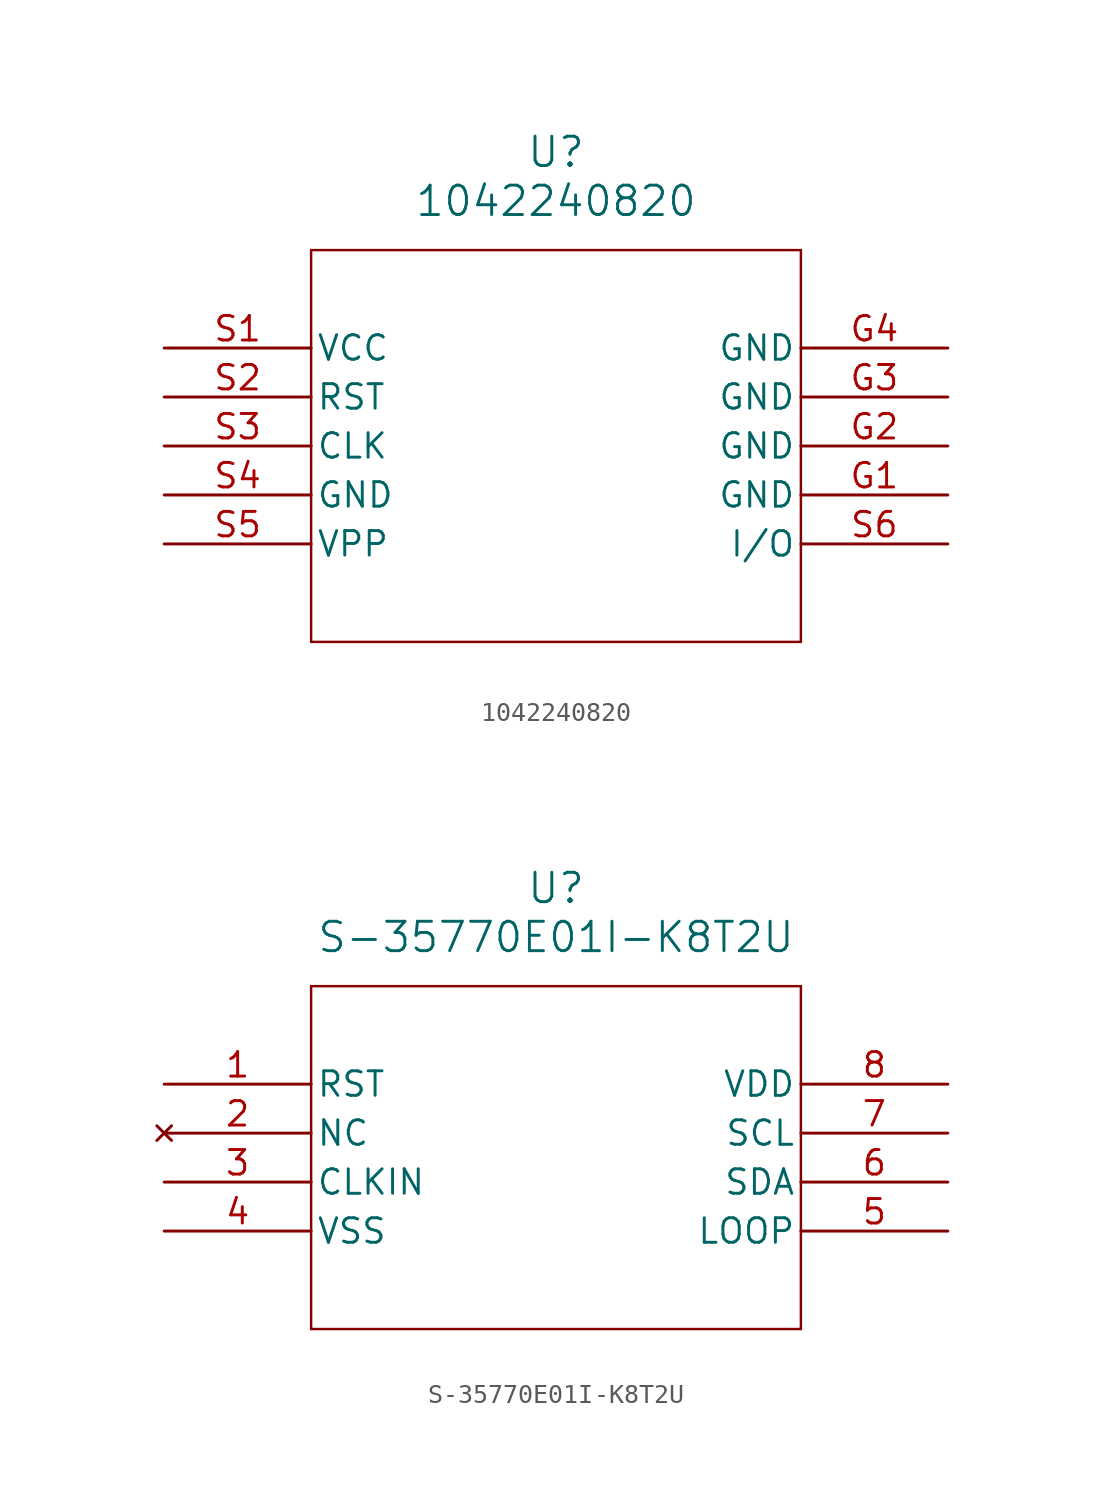
<source format=kicad_sym>
(kicad_symbol_lib
  (version 20231120)
  (generator "kicad_symbol_editor")
  (generator_version "8.0")
  (symbol "1042240820"
    (pin_names
      (offset 0.254))
    (property "Reference" "U"
      (at 20.32 10.16 0)
      (effects (font (size 1.524 1.524))))
    (property "Value" "1042240820"
      (at 20.32 7.62 0)
      (effects (font (size 1.524 1.524))))
    (property "ki_locked" ""
      (at 0 0 0)
      (effects (font (size 1.27 1.27))))
    (symbol "1042240820_0_1"
      (polyline (pts (xy 7.62 -15.24) (xy 33.02 -15.24)) (stroke (width 0.127) (type default)) (fill (type none)))
      (polyline (pts (xy 7.62 5.08) (xy 7.62 -15.24)) (stroke (width 0.127) (type default)) (fill (type none)))
      (polyline (pts (xy 33.02 -15.24) (xy 33.02 5.08)) (stroke (width 0.127) (type default)) (fill (type none)))
      (polyline (pts (xy 33.02 5.08) (xy 7.62 5.08)) (stroke (width 0.127) (type default)) (fill (type none)))
      (pin power_out line (at 40.64 -7.62 180) (length 7.62) (name "GND" (effects (font (size 1.27 1.27)))) (number "G1" (effects (font (size 1.27 1.27)))))
      (pin power_out line (at 40.64 -5.08 180) (length 7.62) (name "GND" (effects (font (size 1.27 1.27)))) (number "G2" (effects (font (size 1.27 1.27)))))
      (pin power_out line (at 40.64 -2.54 180) (length 7.62) (name "GND" (effects (font (size 1.27 1.27)))) (number "G3" (effects (font (size 1.27 1.27)))))
      (pin power_out line (at 40.64 0 180) (length 7.62) (name "GND" (effects (font (size 1.27 1.27)))) (number "G4" (effects (font (size 1.27 1.27)))))
      (pin power_in line (at 0 0 0) (length 7.62) (name "VCC" (effects (font (size 1.27 1.27)))) (number "S1" (effects (font (size 1.27 1.27)))))
      (pin unspecified line (at 0 -2.54 0) (length 7.62) (name "RST" (effects (font (size 1.27 1.27)))) (number "S2" (effects (font (size 1.27 1.27)))))
      (pin unspecified line (at 0 -5.08 0) (length 7.62) (name "CLK" (effects (font (size 1.27 1.27)))) (number "S3" (effects (font (size 1.27 1.27)))))
      (pin power_out line (at 0 -7.62 0) (length 7.62) (name "GND" (effects (font (size 1.27 1.27)))) (number "S4" (effects (font (size 1.27 1.27)))))
      (pin power_in line (at 0 -10.16 0) (length 7.62) (name "VPP" (effects (font (size 1.27 1.27)))) (number "S5" (effects (font (size 1.27 1.27)))))
      (pin unspecified line (at 40.64 -10.16 180) (length 7.62) (name "I/O" (effects (font (size 1.27 1.27)))) (number "S6" (effects (font (size 1.27 1.27)))))))
  (symbol "S-35770E01I-K8T2U"
    (pin_names
      (offset 0.254))
    (property "Reference" "U"
      (at 20.32 10.16 0)
      (effects (font (size 1.524 1.524))))
    (property "Value" "S-35770E01I-K8T2U"
      (at 20.32 7.62 0)
      (effects (font (size 1.524 1.524))))
    (property "ki_locked" ""
      (at 0 0 0)
      (effects (font (size 1.27 1.27))))
    (symbol "S-35770E01I-K8T2U_0_1"
      (polyline (pts (xy 7.62 -12.7) (xy 33.02 -12.7)) (stroke (width 0.127) (type default)) (fill (type none)))
      (polyline (pts (xy 7.62 5.08) (xy 7.62 -12.7)) (stroke (width 0.127) (type default)) (fill (type none)))
      (polyline (pts (xy 33.02 -12.7) (xy 33.02 5.08)) (stroke (width 0.127) (type default)) (fill (type none)))
      (polyline (pts (xy 33.02 5.08) (xy 7.62 5.08)) (stroke (width 0.127) (type default)) (fill (type none)))
      (pin unspecified line (at 0 0 0) (length 7.62) (name "RST" (effects (font (size 1.27 1.27)))) (number "1" (effects (font (size 1.27 1.27)))))
      (pin no_connect line (at 0 -2.54 0) (length 7.62) (name "NC" (effects (font (size 1.27 1.27)))) (number "2" (effects (font (size 1.27 1.27)))))
      (pin unspecified line (at 0 -5.08 0) (length 7.62) (name "CLKIN" (effects (font (size 1.27 1.27)))) (number "3" (effects (font (size 1.27 1.27)))))
      (pin power_out line (at 0 -7.62 0) (length 7.62) (name "VSS" (effects (font (size 1.27 1.27)))) (number "4" (effects (font (size 1.27 1.27)))))
      (pin unspecified line (at 40.64 -7.62 180) (length 7.62) (name "LOOP" (effects (font (size 1.27 1.27)))) (number "5" (effects (font (size 1.27 1.27)))))
      (pin unspecified line (at 40.64 -5.08 180) (length 7.62) (name "SDA" (effects (font (size 1.27 1.27)))) (number "6" (effects (font (size 1.27 1.27)))))
      (pin unspecified line (at 40.64 -2.54 180) (length 7.62) (name "SCL" (effects (font (size 1.27 1.27)))) (number "7" (effects (font (size 1.27 1.27)))))
      (pin power_in line (at 40.64 0 180) (length 7.62) (name "VDD" (effects (font (size 1.27 1.27)))) (number "8" (effects (font (size 1.27 1.27))))))))
</source>
